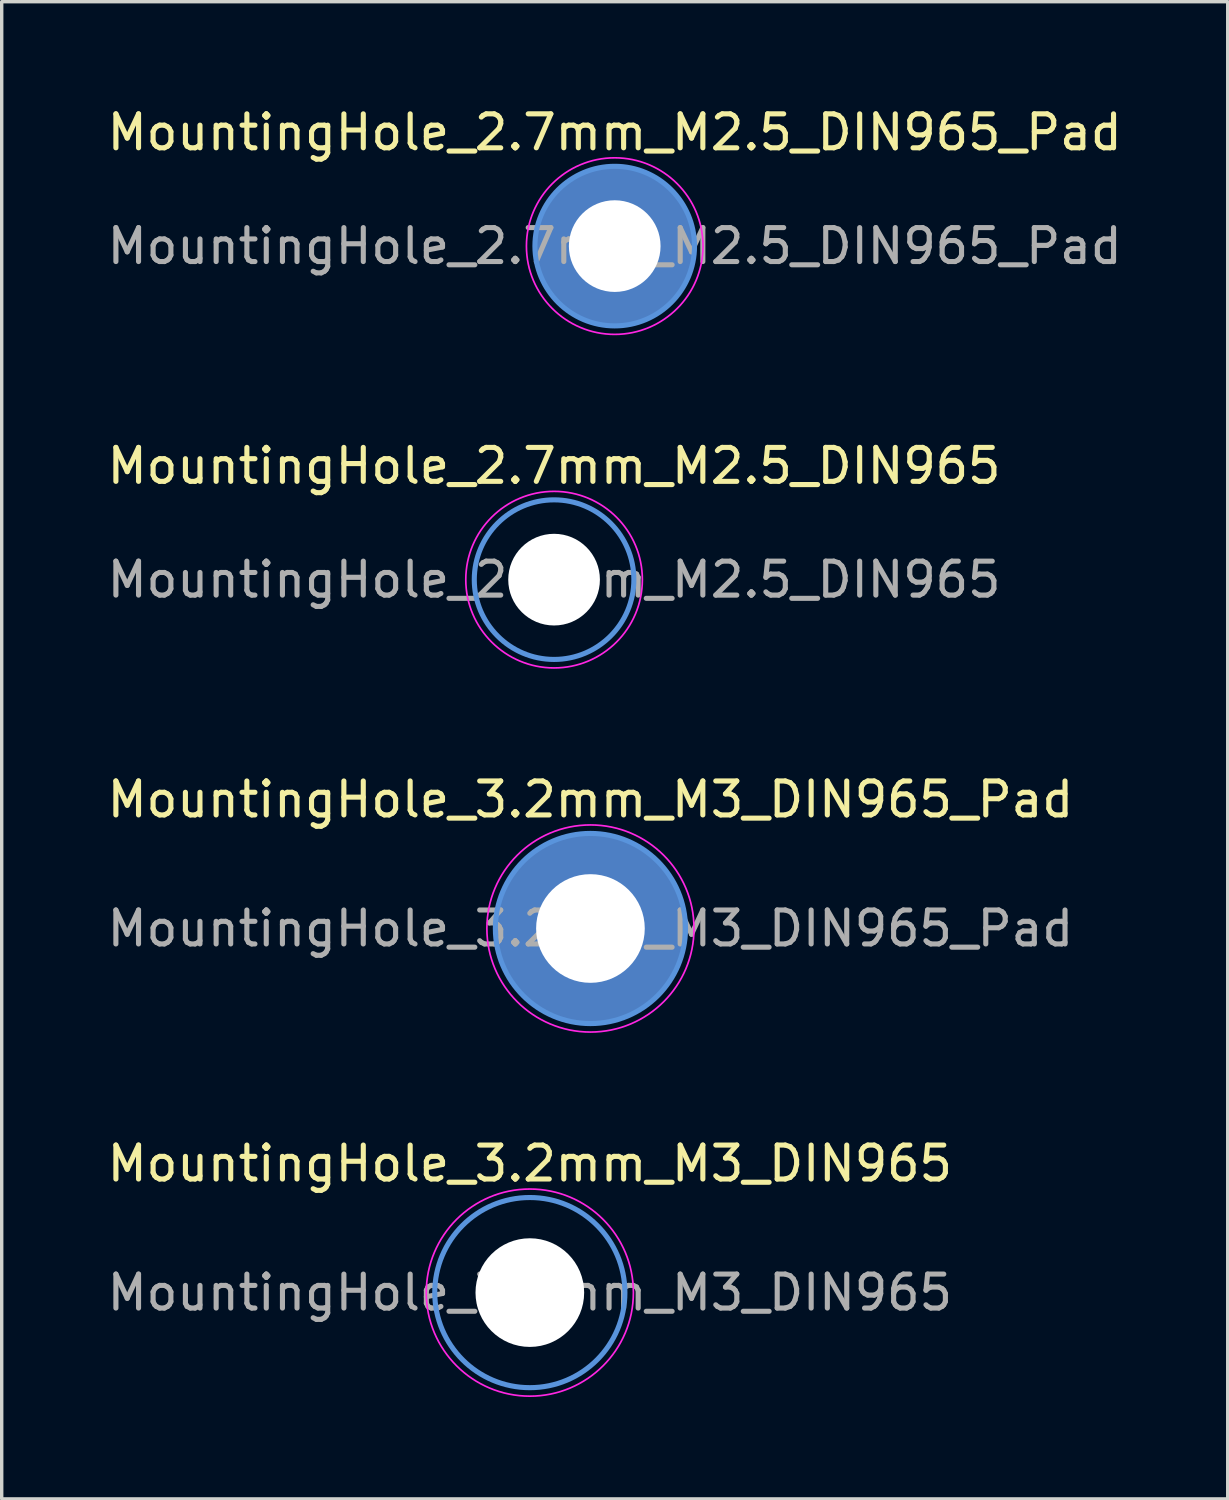
<source format=kicad_pcb>
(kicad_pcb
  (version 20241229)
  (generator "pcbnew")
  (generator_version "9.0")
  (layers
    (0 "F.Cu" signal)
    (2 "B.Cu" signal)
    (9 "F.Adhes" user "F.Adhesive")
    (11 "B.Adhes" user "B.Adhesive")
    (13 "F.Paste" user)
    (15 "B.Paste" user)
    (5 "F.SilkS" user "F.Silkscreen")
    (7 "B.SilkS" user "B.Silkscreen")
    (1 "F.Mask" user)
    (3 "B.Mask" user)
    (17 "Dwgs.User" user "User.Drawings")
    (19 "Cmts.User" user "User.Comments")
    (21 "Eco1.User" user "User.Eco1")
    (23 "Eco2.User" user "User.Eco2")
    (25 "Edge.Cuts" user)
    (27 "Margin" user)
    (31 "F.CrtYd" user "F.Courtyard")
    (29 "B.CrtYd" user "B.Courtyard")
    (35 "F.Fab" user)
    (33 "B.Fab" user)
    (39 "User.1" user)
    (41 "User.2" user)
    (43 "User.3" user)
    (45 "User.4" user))
  (footprint "MountingHole_2.7mm_M2.5_DIN965"
    (layer "F.Cu")
    (at 13.268 14.021)
    (property "Reference" "MountingHole_2.7mm_M2.5_DIN965" (at 0 -3.35 0) (layer "F.SilkS") (effects (font (size 1 1) (thickness 0.15))))
    (attr exclude_from_pos_files exclude_from_bom)
    (fp_circle (center 0 0) (end 2.35 0) (stroke (width 0.15) (type solid)) (fill no) (layer "Cmts.User"))
    (fp_circle (center 0 0) (end 2.6 0) (stroke (width 0.05) (type solid)) (fill no) (layer "F.CrtYd"))
    (fp_text user "${REFERENCE}" (at 0 0 0) (layer "F.Fab") (effects (font (size 1 1) (thickness 0.15))))
    (pad "" np_thru_hole circle (at 0 0) (size 2.7 2.7) (drill 2.7) (layers "*.Cu" "*.Mask")))
  (footprint "MountingHole_3.2mm_M3_DIN965"
    (layer "F.Cu")
    (at 12.554 35.018)
    (property "Reference" "MountingHole_3.2mm_M3_DIN965" (at 0 -3.8 0) (layer "F.SilkS") (effects (font (size 1 1) (thickness 0.15))))
    (attr exclude_from_pos_files exclude_from_bom)
    (fp_circle (center 0 0) (end 2.8 0) (stroke (width 0.15) (type solid)) (fill no) (layer "Cmts.User"))
    (fp_circle (center 0 0) (end 3.05 0) (stroke (width 0.05) (type solid)) (fill no) (layer "F.CrtYd"))
    (fp_text user "${REFERENCE}" (at 0 0 0) (layer "F.Fab") (effects (font (size 1 1) (thickness 0.15))))
    (pad "" np_thru_hole circle (at 0 0) (size 3.2 3.2) (drill 3.2) (layers "*.Cu" "*.Mask")))
  (footprint "MountingHole_3.2mm_M3_DIN965_Pad"
    (layer "F.Cu")
    (at 14.339 24.295)
    (property "Reference" "MountingHole_3.2mm_M3_DIN965_Pad" (at 0 -3.8 0) (layer "F.SilkS") (effects (font (size 1 1) (thickness 0.15))))
    (attr exclude_from_pos_files exclude_from_bom)
    (fp_circle (center 0 0) (end 2.8 0) (stroke (width 0.15) (type solid)) (fill no) (layer "Cmts.User"))
    (fp_circle (center 0 0) (end 3.05 0) (stroke (width 0.05) (type solid)) (fill no) (layer "F.CrtYd"))
    (fp_text user "${REFERENCE}" (at 0 0 0) (layer "F.Fab") (effects (font (size 1 1) (thickness 0.15))))
    (pad "1" thru_hole circle (at 0 0) (size 5.6 5.6) (drill 3.2) (layers "*.Cu" "*.Mask")))
  (footprint "MountingHole_2.7mm_M2.5_DIN965_Pad"
    (layer "F.Cu")
    (at 15.054 4.198)
    (property "Reference" "MountingHole_2.7mm_M2.5_DIN965_Pad" (at 0 -3.35 0) (layer "F.SilkS") (effects (font (size 1 1) (thickness 0.15))))
    (attr exclude_from_pos_files exclude_from_bom)
    (fp_circle (center 0 0) (end 2.35 0) (stroke (width 0.15) (type solid)) (fill no) (layer "Cmts.User"))
    (fp_circle (center 0 0) (end 2.6 0) (stroke (width 0.05) (type solid)) (fill no) (layer "F.CrtYd"))
    (fp_text user "${REFERENCE}" (at 0 0 0) (layer "F.Fab") (effects (font (size 1 1) (thickness 0.15))))
    (pad "1" thru_hole circle (at 0 0) (size 4.7 4.7) (drill 2.7) (layers "*.Cu" "*.Mask")))
  (gr_rect
    (start -3 -3)
    (end 33.107 41.093)
    (stroke (width 0.1) (type default))
    (fill no)
    (layer "Edge.Cuts")))
</source>
